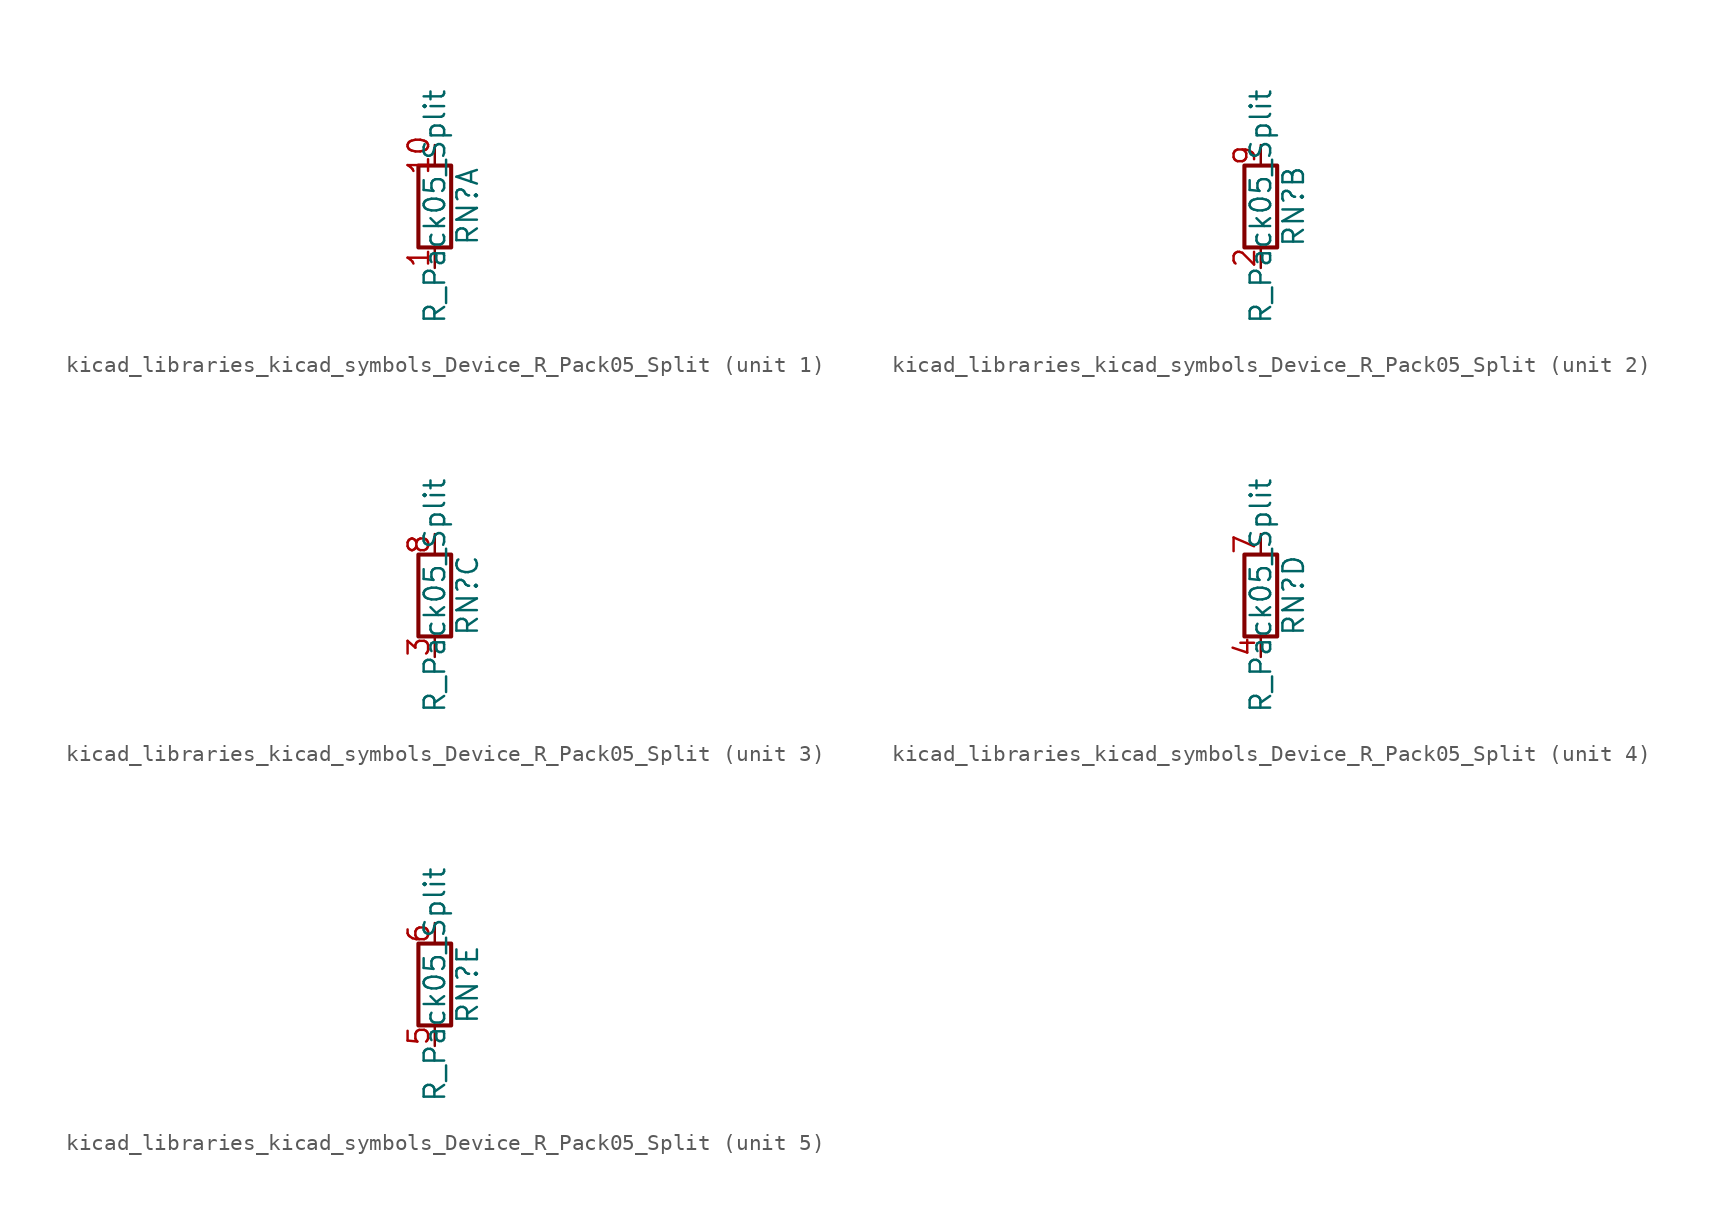
<source format=kicad_sym>
(kicad_symbol_lib
  (version 20220914)
  (generator kicad_symbol_editor)
  (symbol "kicad_libraries_kicad_symbols_Device_R_Pack05_Split"
    (pin_names
      (offset 0) hide)
    (property "Reference" "RN"
      (at 2.032 0 90)
      (effects (font (size 1.27 1.27))))
    (property "Value" "R_Pack05_Split"
      (at 0 0 90)
      (effects (font (size 1.27 1.27))))
    (symbol "kicad_libraries_kicad_symbols_Device_R_Pack05_Split_0_1"
      (rectangle (start 1.016 2.54) (end -1.016 -2.54) (stroke (width 0.254) (type default)) (fill (type none))))
    (symbol "kicad_libraries_kicad_symbols_Device_R_Pack05_Split_1_1"
      (pin passive line (at 0 -3.81 90) (length 1.27) (name "R1.1" (effects (font (size 1.27 1.27)))) (number "1" (effects (font (size 1.27 1.27)))))
      (pin passive line (at 0 3.81 270) (length 1.27) (name "R1.2" (effects (font (size 1.27 1.27)))) (number "10" (effects (font (size 1.27 1.27))))))
    (symbol "kicad_libraries_kicad_symbols_Device_R_Pack05_Split_2_1"
      (pin passive line (at 0 -3.81 90) (length 1.27) (name "R2.1" (effects (font (size 1.27 1.27)))) (number "2" (effects (font (size 1.27 1.27)))))
      (pin passive line (at 0 3.81 270) (length 1.27) (name "R2.2" (effects (font (size 1.27 1.27)))) (number "9" (effects (font (size 1.27 1.27))))))
    (symbol "kicad_libraries_kicad_symbols_Device_R_Pack05_Split_3_1"
      (pin passive line (at 0 -3.81 90) (length 1.27) (name "R3.1" (effects (font (size 1.27 1.27)))) (number "3" (effects (font (size 1.27 1.27)))))
      (pin passive line (at 0 3.81 270) (length 1.27) (name "R3.2" (effects (font (size 1.27 1.27)))) (number "8" (effects (font (size 1.27 1.27))))))
    (symbol "kicad_libraries_kicad_symbols_Device_R_Pack05_Split_4_1"
      (pin passive line (at 0 -3.81 90) (length 1.27) (name "R4.1" (effects (font (size 1.27 1.27)))) (number "4" (effects (font (size 1.27 1.27)))))
      (pin passive line (at 0 3.81 270) (length 1.27) (name "R4.2" (effects (font (size 1.27 1.27)))) (number "7" (effects (font (size 1.27 1.27))))))
    (symbol "kicad_libraries_kicad_symbols_Device_R_Pack05_Split_5_1"
      (pin passive line (at 0 -3.81 90) (length 1.27) (name "R5.1" (effects (font (size 1.27 1.27)))) (number "5" (effects (font (size 1.27 1.27)))))
      (pin passive line (at 0 3.81 270) (length 1.27) (name "R5.2" (effects (font (size 1.27 1.27)))) (number "6" (effects (font (size 1.27 1.27))))))))
</source>
